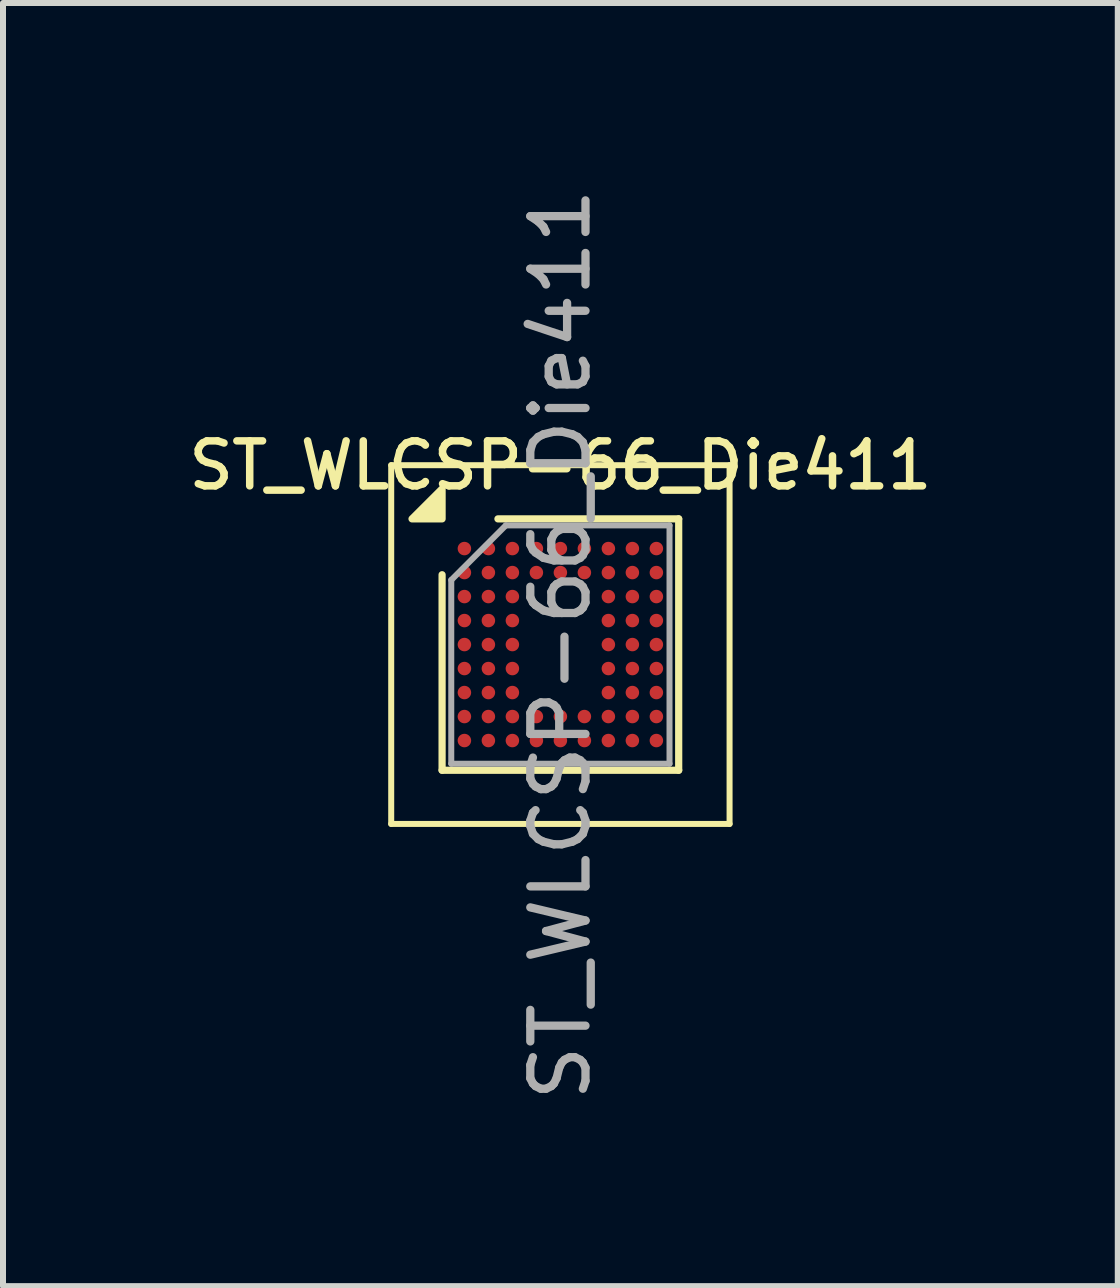
<source format=kicad_pcb>
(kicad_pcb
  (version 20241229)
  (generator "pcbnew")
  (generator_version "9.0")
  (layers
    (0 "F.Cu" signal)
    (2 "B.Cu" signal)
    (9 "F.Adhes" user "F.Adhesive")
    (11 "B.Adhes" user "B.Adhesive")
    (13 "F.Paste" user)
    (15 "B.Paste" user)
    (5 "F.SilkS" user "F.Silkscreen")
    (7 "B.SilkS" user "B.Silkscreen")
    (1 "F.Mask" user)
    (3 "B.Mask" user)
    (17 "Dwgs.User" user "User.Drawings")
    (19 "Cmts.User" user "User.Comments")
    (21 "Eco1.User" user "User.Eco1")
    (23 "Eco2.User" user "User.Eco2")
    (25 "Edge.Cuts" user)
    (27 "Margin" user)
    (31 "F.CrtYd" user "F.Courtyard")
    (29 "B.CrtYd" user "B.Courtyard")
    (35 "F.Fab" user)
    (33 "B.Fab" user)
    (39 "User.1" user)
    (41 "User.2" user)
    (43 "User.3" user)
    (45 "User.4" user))
  (footprint "ST_WLCSP-66_Die411"
    (layer "F.Cu")
    (at 6.291 7.694)
    (property "Reference" "ST_WLCSP-66_Die411" (at 0 -2.986 0) (layer "F.SilkS") (effects (font (size 0.75 0.75) (thickness 0.125))))
    (attr smd)
    (fp_line (start -2.82 -2.99) (end -2.82 2.99) (stroke (width 0.1) (type solid)) (layer "F.SilkS"))
    (fp_line (start -2.82 2.99) (end 2.82 2.99) (stroke (width 0.1) (type solid)) (layer "F.SilkS"))
    (fp_line (start -1.972 2.095) (end -1.972 -1.164) (stroke (width 0.12) (type solid)) (layer "F.SilkS"))
    (fp_line (start -1.041 -2.095) (end 1.972 -2.095) (stroke (width 0.12) (type solid)) (layer "F.SilkS"))
    (fp_line (start 1.972 -2.095) (end 1.972 2.095) (stroke (width 0.12) (type solid)) (layer "F.SilkS"))
    (fp_line (start 1.972 2.095) (end -1.972 2.095) (stroke (width 0.12) (type solid)) (layer "F.SilkS"))
    (fp_line (start 2.82 -2.99) (end -2.82 -2.99) (stroke (width 0.1) (type solid)) (layer "F.SilkS"))
    (fp_line (start 2.82 2.99) (end 2.82 -2.99) (stroke (width 0.1) (type solid)) (layer "F.SilkS"))
    (fp_poly (pts (xy -1.972 -2.095) (xy -2.473 -2.095) (xy -1.972 -2.595) (xy -1.972 -2.095)) (stroke (width 0.12) (type solid)) (fill yes) (layer "F.SilkS"))
    (fp_line (start -1.819 -1.076) (end -0.91 -1.986) (stroke (width 0.1) (type solid)) (layer "F.Fab"))
    (fp_line (start -1.819 1.986) (end -1.819 -1.076) (stroke (width 0.1) (type solid)) (layer "F.Fab"))
    (fp_line (start -0.91 -1.986) (end 1.819 -1.986) (stroke (width 0.1) (type solid)) (layer "F.Fab"))
    (fp_line (start 1.819 -1.986) (end 1.819 1.986) (stroke (width 0.1) (type solid)) (layer "F.Fab"))
    (fp_line (start 1.819 1.986) (end -1.819 1.986) (stroke (width 0.1) (type solid)) (layer "F.Fab"))
    (fp_text user "${REFERENCE}" (at 0 0 270) (layer "F.Fab") (effects (font (size 0.92 0.92) (thickness 0.138))))
    (pad "A1" smd circle (at -1.6 -1.6) (size 0.225 0.225) (property pad_prop_bga) (layers "F.Cu" "F.Mask" "F.Paste"))
    (pad "A2" smd circle (at -1.2 -1.6) (size 0.225 0.225) (property pad_prop_bga) (layers "F.Cu" "F.Mask" "F.Paste"))
    (pad "A3" smd circle (at -0.8 -1.6) (size 0.225 0.225) (property pad_prop_bga) (layers "F.Cu" "F.Mask" "F.Paste"))
    (pad "A4" smd circle (at -0.4 -1.6) (size 0.225 0.225) (property pad_prop_bga) (layers "F.Cu" "F.Mask" "F.Paste"))
    (pad "A5" smd circle (at 0 -1.6) (size 0.225 0.225) (property pad_prop_bga) (layers "F.Cu" "F.Mask" "F.Paste"))
    (pad "A6" smd circle (at 0.4 -1.6) (size 0.225 0.225) (property pad_prop_bga) (layers "F.Cu" "F.Mask" "F.Paste"))
    (pad "A7" smd circle (at 0.8 -1.6) (size 0.225 0.225) (property pad_prop_bga) (layers "F.Cu" "F.Mask" "F.Paste"))
    (pad "A8" smd circle (at 1.2 -1.6) (size 0.225 0.225) (property pad_prop_bga) (layers "F.Cu" "F.Mask" "F.Paste"))
    (pad "A9" smd circle (at 1.6 -1.6) (size 0.225 0.225) (property pad_prop_bga) (layers "F.Cu" "F.Mask" "F.Paste"))
    (pad "B1" smd circle (at -1.6 -1.2) (size 0.225 0.225) (property pad_prop_bga) (layers "F.Cu" "F.Mask" "F.Paste"))
    (pad "B2" smd circle (at -1.2 -1.2) (size 0.225 0.225) (property pad_prop_bga) (layers "F.Cu" "F.Mask" "F.Paste"))
    (pad "B3" smd circle (at -0.8 -1.2) (size 0.225 0.225) (property pad_prop_bga) (layers "F.Cu" "F.Mask" "F.Paste"))
    (pad "B4" smd circle (at -0.4 -1.2) (size 0.225 0.225) (property pad_prop_bga) (layers "F.Cu" "F.Mask" "F.Paste"))
    (pad "B5" smd circle (at 0 -1.2) (size 0.225 0.225) (property pad_prop_bga) (layers "F.Cu" "F.Mask" "F.Paste"))
    (pad "B6" smd circle (at 0.4 -1.2) (size 0.225 0.225) (property pad_prop_bga) (layers "F.Cu" "F.Mask" "F.Paste"))
    (pad "B7" smd circle (at 0.8 -1.2) (size 0.225 0.225) (property pad_prop_bga) (layers "F.Cu" "F.Mask" "F.Paste"))
    (pad "B8" smd circle (at 1.2 -1.2) (size 0.225 0.225) (property pad_prop_bga) (layers "F.Cu" "F.Mask" "F.Paste"))
    (pad "B9" smd circle (at 1.6 -1.2) (size 0.225 0.225) (property pad_prop_bga) (layers "F.Cu" "F.Mask" "F.Paste"))
    (pad "C1" smd circle (at -1.6 -0.8) (size 0.225 0.225) (property pad_prop_bga) (layers "F.Cu" "F.Mask" "F.Paste"))
    (pad "C2" smd circle (at -1.2 -0.8) (size 0.225 0.225) (property pad_prop_bga) (layers "F.Cu" "F.Mask" "F.Paste"))
    (pad "C3" smd circle (at -0.8 -0.8) (size 0.225 0.225) (property pad_prop_bga) (layers "F.Cu" "F.Mask" "F.Paste"))
    (pad "C7" smd circle (at 0.8 -0.8) (size 0.225 0.225) (property pad_prop_bga) (layers "F.Cu" "F.Mask" "F.Paste"))
    (pad "C8" smd circle (at 1.2 -0.8) (size 0.225 0.225) (property pad_prop_bga) (layers "F.Cu" "F.Mask" "F.Paste"))
    (pad "C9" smd circle (at 1.6 -0.8) (size 0.225 0.225) (property pad_prop_bga) (layers "F.Cu" "F.Mask" "F.Paste"))
    (pad "D1" smd circle (at -1.6 -0.4) (size 0.225 0.225) (property pad_prop_bga) (layers "F.Cu" "F.Mask" "F.Paste"))
    (pad "D2" smd circle (at -1.2 -0.4) (size 0.225 0.225) (property pad_prop_bga) (layers "F.Cu" "F.Mask" "F.Paste"))
    (pad "D3" smd circle (at -0.8 -0.4) (size 0.225 0.225) (property pad_prop_bga) (layers "F.Cu" "F.Mask" "F.Paste"))
    (pad "D7" smd circle (at 0.8 -0.4) (size 0.225 0.225) (property pad_prop_bga) (layers "F.Cu" "F.Mask" "F.Paste"))
    (pad "D8" smd circle (at 1.2 -0.4) (size 0.225 0.225) (property pad_prop_bga) (layers "F.Cu" "F.Mask" "F.Paste"))
    (pad "D9" smd circle (at 1.6 -0.4) (size 0.225 0.225) (property pad_prop_bga) (layers "F.Cu" "F.Mask" "F.Paste"))
    (pad "E1" smd circle (at -1.6 0) (size 0.225 0.225) (property pad_prop_bga) (layers "F.Cu" "F.Mask" "F.Paste"))
    (pad "E2" smd circle (at -1.2 0) (size 0.225 0.225) (property pad_prop_bga) (layers "F.Cu" "F.Mask" "F.Paste"))
    (pad "E3" smd circle (at -0.8 0) (size 0.225 0.225) (property pad_prop_bga) (layers "F.Cu" "F.Mask" "F.Paste"))
    (pad "E7" smd circle (at 0.8 0) (size 0.225 0.225) (property pad_prop_bga) (layers "F.Cu" "F.Mask" "F.Paste"))
    (pad "E8" smd circle (at 1.2 0) (size 0.225 0.225) (property pad_prop_bga) (layers "F.Cu" "F.Mask" "F.Paste"))
    (pad "E9" smd circle (at 1.6 0) (size 0.225 0.225) (property pad_prop_bga) (layers "F.Cu" "F.Mask" "F.Paste"))
    (pad "F1" smd circle (at -1.6 0.4) (size 0.225 0.225) (property pad_prop_bga) (layers "F.Cu" "F.Mask" "F.Paste"))
    (pad "F2" smd circle (at -1.2 0.4) (size 0.225 0.225) (property pad_prop_bga) (layers "F.Cu" "F.Mask" "F.Paste"))
    (pad "F3" smd circle (at -0.8 0.4) (size 0.225 0.225) (property pad_prop_bga) (layers "F.Cu" "F.Mask" "F.Paste"))
    (pad "F7" smd circle (at 0.8 0.4) (size 0.225 0.225) (property pad_prop_bga) (layers "F.Cu" "F.Mask" "F.Paste"))
    (pad "F8" smd circle (at 1.2 0.4) (size 0.225 0.225) (property pad_prop_bga) (layers "F.Cu" "F.Mask" "F.Paste"))
    (pad "F9" smd circle (at 1.6 0.4) (size 0.225 0.225) (property pad_prop_bga) (layers "F.Cu" "F.Mask" "F.Paste"))
    (pad "G1" smd circle (at -1.6 0.8) (size 0.225 0.225) (property pad_prop_bga) (layers "F.Cu" "F.Mask" "F.Paste"))
    (pad "G2" smd circle (at -1.2 0.8) (size 0.225 0.225) (property pad_prop_bga) (layers "F.Cu" "F.Mask" "F.Paste"))
    (pad "G3" smd circle (at -0.8 0.8) (size 0.225 0.225) (property pad_prop_bga) (layers "F.Cu" "F.Mask" "F.Paste"))
    (pad "G7" smd circle (at 0.8 0.8) (size 0.225 0.225) (property pad_prop_bga) (layers "F.Cu" "F.Mask" "F.Paste"))
    (pad "G8" smd circle (at 1.2 0.8) (size 0.225 0.225) (property pad_prop_bga) (layers "F.Cu" "F.Mask" "F.Paste"))
    (pad "G9" smd circle (at 1.6 0.8) (size 0.225 0.225) (property pad_prop_bga) (layers "F.Cu" "F.Mask" "F.Paste"))
    (pad "H1" smd circle (at -1.6 1.2) (size 0.225 0.225) (property pad_prop_bga) (layers "F.Cu" "F.Mask" "F.Paste"))
    (pad "H2" smd circle (at -1.2 1.2) (size 0.225 0.225) (property pad_prop_bga) (layers "F.Cu" "F.Mask" "F.Paste"))
    (pad "H3" smd circle (at -0.8 1.2) (size 0.225 0.225) (property pad_prop_bga) (layers "F.Cu" "F.Mask" "F.Paste"))
    (pad "H4" smd circle (at -0.4 1.2) (size 0.225 0.225) (property pad_prop_bga) (layers "F.Cu" "F.Mask" "F.Paste"))
    (pad "H5" smd circle (at 0 1.2) (size 0.225 0.225) (property pad_prop_bga) (layers "F.Cu" "F.Mask" "F.Paste"))
    (pad "H6" smd circle (at 0.4 1.2) (size 0.225 0.225) (property pad_prop_bga) (layers "F.Cu" "F.Mask" "F.Paste"))
    (pad "H7" smd circle (at 0.8 1.2) (size 0.225 0.225) (property pad_prop_bga) (layers "F.Cu" "F.Mask" "F.Paste"))
    (pad "H8" smd circle (at 1.2 1.2) (size 0.225 0.225) (property pad_prop_bga) (layers "F.Cu" "F.Mask" "F.Paste"))
    (pad "H9" smd circle (at 1.6 1.2) (size 0.225 0.225) (property pad_prop_bga) (layers "F.Cu" "F.Mask" "F.Paste"))
    (pad "J1" smd circle (at -1.6 1.6) (size 0.225 0.225) (property pad_prop_bga) (layers "F.Cu" "F.Mask" "F.Paste"))
    (pad "J2" smd circle (at -1.2 1.6) (size 0.225 0.225) (property pad_prop_bga) (layers "F.Cu" "F.Mask" "F.Paste"))
    (pad "J3" smd circle (at -0.8 1.6) (size 0.225 0.225) (property pad_prop_bga) (layers "F.Cu" "F.Mask" "F.Paste"))
    (pad "J4" smd circle (at -0.4 1.6) (size 0.225 0.225) (property pad_prop_bga) (layers "F.Cu" "F.Mask" "F.Paste"))
    (pad "J5" smd circle (at 0 1.6) (size 0.225 0.225) (property pad_prop_bga) (layers "F.Cu" "F.Mask" "F.Paste"))
    (pad "J6" smd circle (at 0.4 1.6) (size 0.225 0.225) (property pad_prop_bga) (layers "F.Cu" "F.Mask" "F.Paste"))
    (pad "J7" smd circle (at 0.8 1.6) (size 0.225 0.225) (property pad_prop_bga) (layers "F.Cu" "F.Mask" "F.Paste"))
    (pad "J8" smd circle (at 1.2 1.6) (size 0.225 0.225) (property pad_prop_bga) (layers "F.Cu" "F.Mask" "F.Paste"))
    (pad "J9" smd circle (at 1.6 1.6) (size 0.225 0.225) (property pad_prop_bga) (layers "F.Cu" "F.Mask" "F.Paste")))
  (gr_rect
    (start -3 -3)
    (end 15.582 18.388)
    (stroke (width 0.1) (type default))
    (fill no)
    (layer "Edge.Cuts")))
</source>
